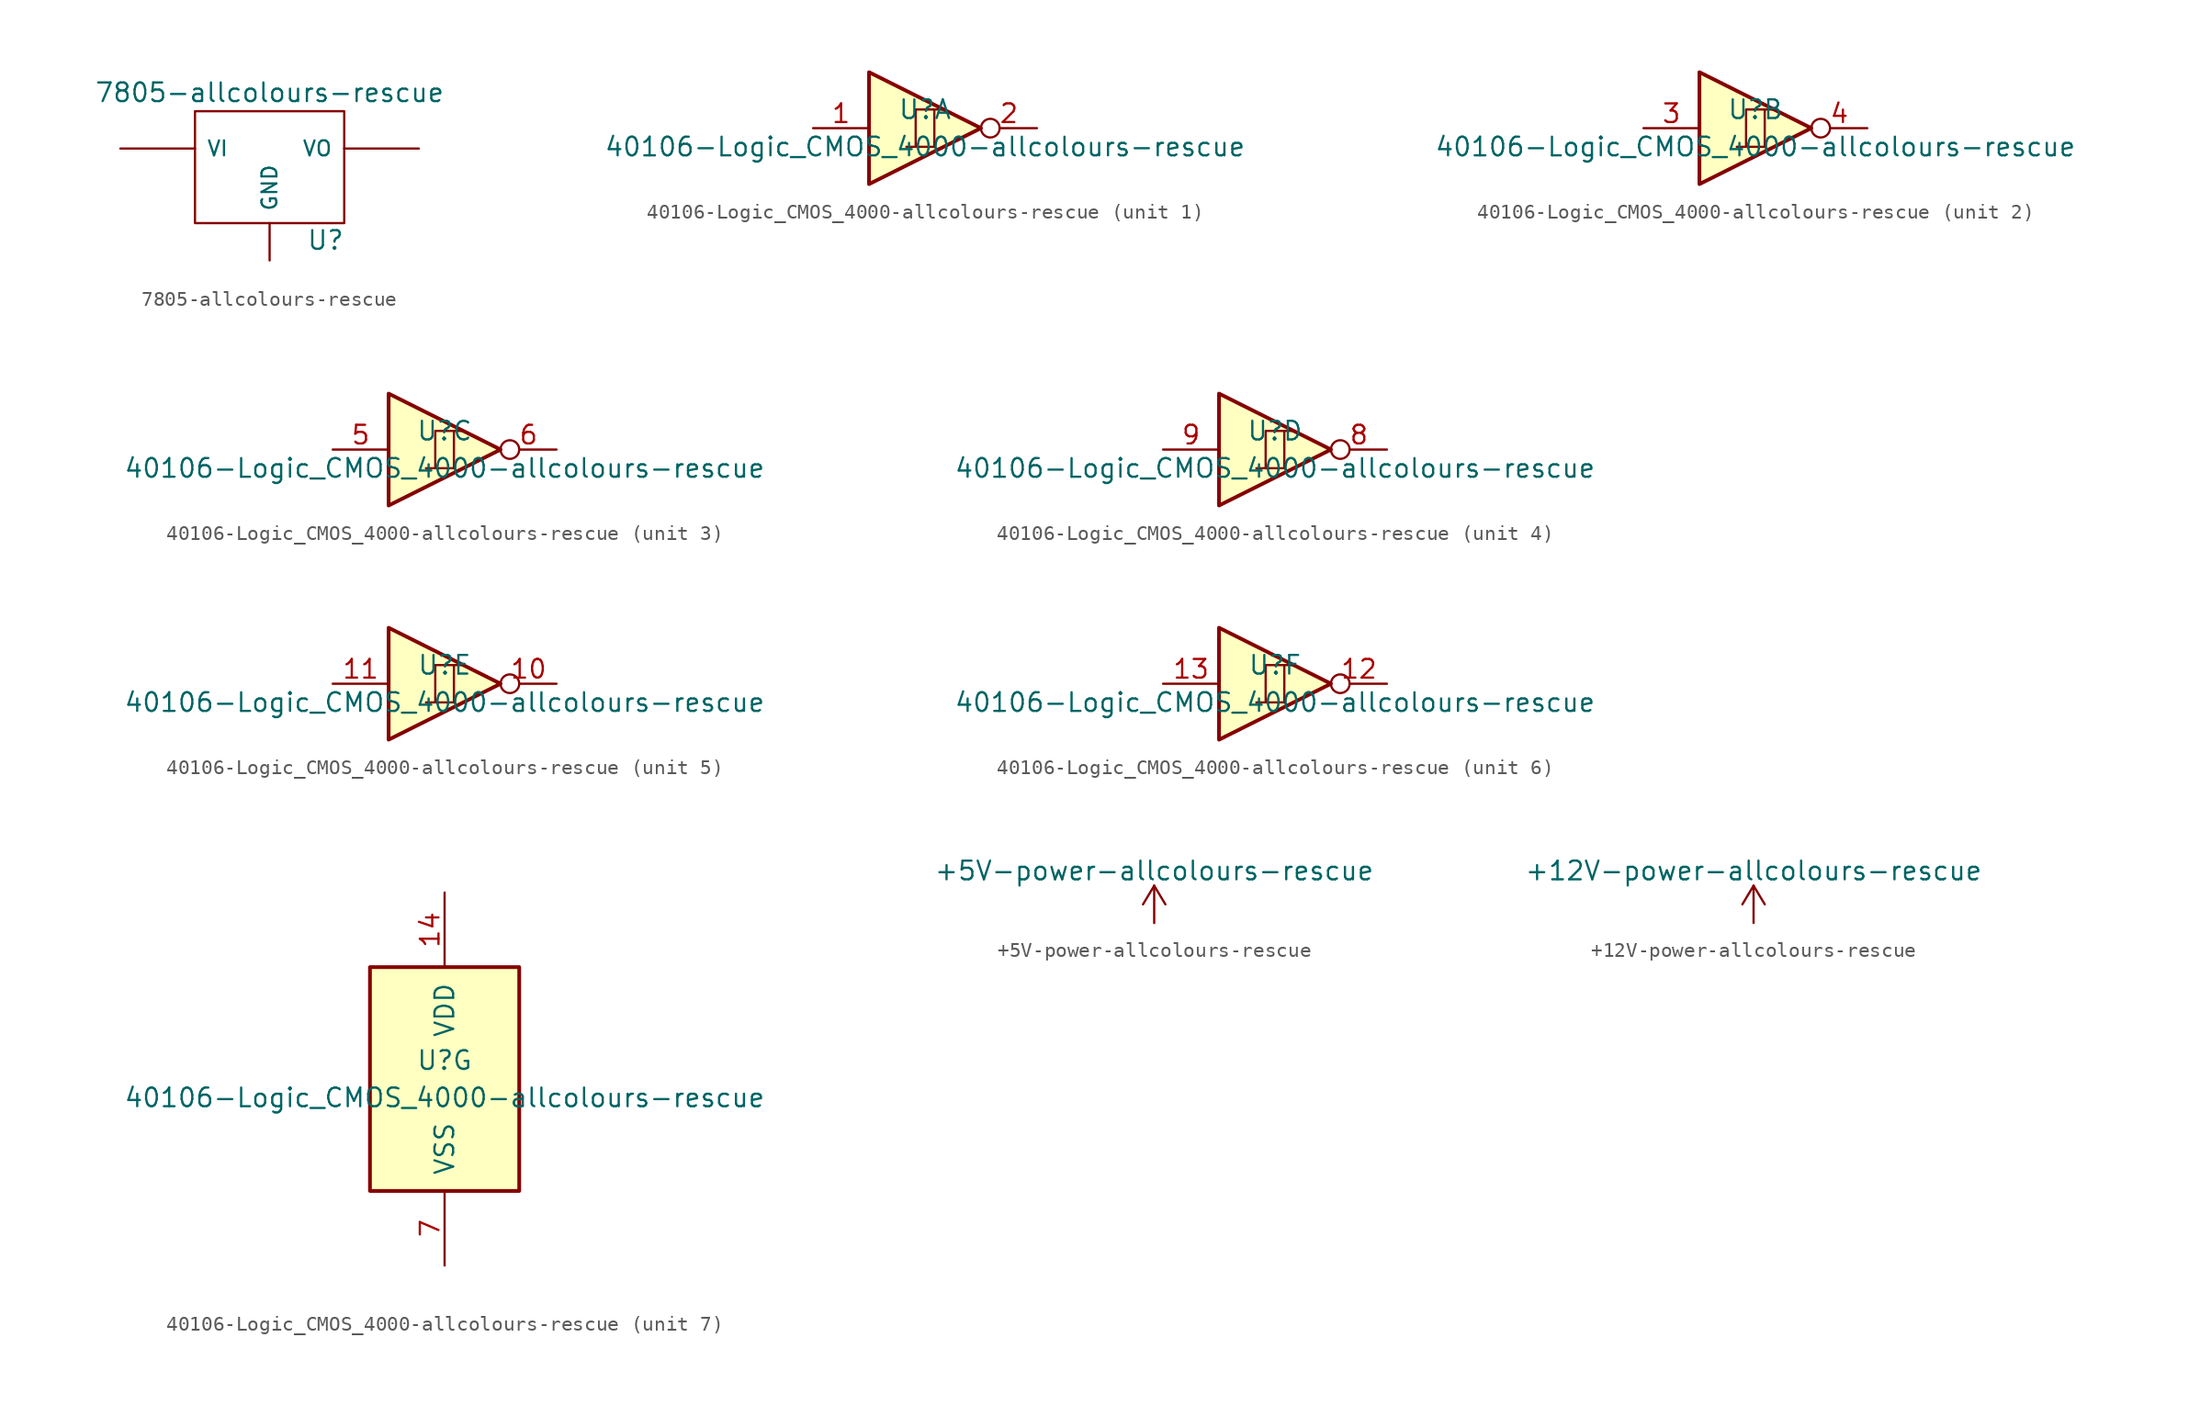
<source format=kicad_sym>
(kicad_symbol_lib
  (version 20211014)
  (generator kicad_symbol_editor)
  (symbol "7805-allcolours-rescue"
    (pin_numbers hide)
    (pin_names
      (offset 0.762))
    (property "Reference" "U"
      (at 3.81 -4.978 0)
      (effects (font (size 1.27 1.27))))
    (property "Value" "7805-allcolours-rescue"
      (at 0 5.08 0)
      (effects (font (size 1.27 1.27))))
    (property "Footprint" ""
      (at 0 0 0)
      (effects (font (size 1.27 1.27))))
    (property "Datasheet" ""
      (at 0 0 0)
      (effects (font (size 1.27 1.27))))
    (symbol "7805-allcolours-rescue_0_1"
      (rectangle (start -5.08 -3.81) (end 5.08 3.81) (stroke (width 0) (type default) (color 0 0 0 0)) (fill (type none))))
    (symbol "7805-allcolours-rescue_1_1"
      (pin input line (at 0 -6.35 90) (length 2.54) (name "GND" (effects (font (size 1.016 1.016)))) (number "GND" (effects (font (size 1.016 1.016)))))
      (pin input line (at -10.16 1.27 0) (length 5.08) (name "VI" (effects (font (size 1.016 1.016)))) (number "VI" (effects (font (size 1.016 1.016)))))
      (pin power_out line (at 10.16 1.27 180) (length 5.08) (name "VO" (effects (font (size 1.016 1.016)))) (number "VO" (effects (font (size 1.016 1.016)))))))
  (symbol "40106-Logic_CMOS_4000-allcolours-rescue"
    (pin_names
      (offset 1.016))
    (property "Reference" "U"
      (at 0 1.27 0)
      (effects (font (size 1.27 1.27))))
    (property "Value" "40106-Logic_CMOS_4000-allcolours-rescue"
      (at 0 -1.27 0)
      (effects (font (size 1.27 1.27))))
    (property "ki_locked" ""
      (at 0 0 0)
      (effects (font (size 1.27 1.27))))
    (symbol "40106-Logic_CMOS_4000-allcolours-rescue_1_0"
      (polyline (pts (xy -0.635 -1.27) (xy -0.635 1.27) (xy 0.635 1.27)) (stroke (width 0) (type default) (color 0 0 0 0)) (fill (type none)))
      (polyline (pts (xy -3.81 3.81) (xy -3.81 -3.81) (xy 3.81 0) (xy -3.81 3.81)) (stroke (width 0.254) (type default) (color 0 0 0 0)) (fill (type background)))
      (polyline (pts (xy -1.27 -1.27) (xy 0.635 -1.27) (xy 0.635 1.27) (xy 1.27 1.27)) (stroke (width 0) (type default) (color 0 0 0 0)) (fill (type none)))
      (pin input line (at -7.62 0 0) (length 3.81) (name "~" (effects (font (size 1.27 1.27)))) (number "1" (effects (font (size 1.27 1.27)))))
      (pin output inverted (at 7.62 0 180) (length 3.81) (name "~" (effects (font (size 1.27 1.27)))) (number "2" (effects (font (size 1.27 1.27))))))
    (symbol "40106-Logic_CMOS_4000-allcolours-rescue_2_0"
      (polyline (pts (xy -0.635 -1.27) (xy -0.635 1.27) (xy 0.635 1.27)) (stroke (width 0) (type default) (color 0 0 0 0)) (fill (type none)))
      (polyline (pts (xy -3.81 3.81) (xy -3.81 -3.81) (xy 3.81 0) (xy -3.81 3.81)) (stroke (width 0.254) (type default) (color 0 0 0 0)) (fill (type background)))
      (polyline (pts (xy -1.27 -1.27) (xy 0.635 -1.27) (xy 0.635 1.27) (xy 1.27 1.27)) (stroke (width 0) (type default) (color 0 0 0 0)) (fill (type none)))
      (pin input line (at -7.62 0 0) (length 3.81) (name "~" (effects (font (size 1.27 1.27)))) (number "3" (effects (font (size 1.27 1.27)))))
      (pin output inverted (at 7.62 0 180) (length 3.81) (name "~" (effects (font (size 1.27 1.27)))) (number "4" (effects (font (size 1.27 1.27))))))
    (symbol "40106-Logic_CMOS_4000-allcolours-rescue_3_0"
      (polyline (pts (xy -0.635 -1.27) (xy -0.635 1.27) (xy 0.635 1.27)) (stroke (width 0) (type default) (color 0 0 0 0)) (fill (type none)))
      (polyline (pts (xy -3.81 3.81) (xy -3.81 -3.81) (xy 3.81 0) (xy -3.81 3.81)) (stroke (width 0.254) (type default) (color 0 0 0 0)) (fill (type background)))
      (polyline (pts (xy -1.27 -1.27) (xy 0.635 -1.27) (xy 0.635 1.27) (xy 1.27 1.27)) (stroke (width 0) (type default) (color 0 0 0 0)) (fill (type none)))
      (pin input line (at -7.62 0 0) (length 3.81) (name "~" (effects (font (size 1.27 1.27)))) (number "5" (effects (font (size 1.27 1.27)))))
      (pin output inverted (at 7.62 0 180) (length 3.81) (name "~" (effects (font (size 1.27 1.27)))) (number "6" (effects (font (size 1.27 1.27))))))
    (symbol "40106-Logic_CMOS_4000-allcolours-rescue_4_0"
      (polyline (pts (xy -0.635 -1.27) (xy -0.635 1.27) (xy 0.635 1.27)) (stroke (width 0) (type default) (color 0 0 0 0)) (fill (type none)))
      (polyline (pts (xy -3.81 3.81) (xy -3.81 -3.81) (xy 3.81 0) (xy -3.81 3.81)) (stroke (width 0.254) (type default) (color 0 0 0 0)) (fill (type background)))
      (polyline (pts (xy -1.27 -1.27) (xy 0.635 -1.27) (xy 0.635 1.27) (xy 1.27 1.27)) (stroke (width 0) (type default) (color 0 0 0 0)) (fill (type none)))
      (pin output inverted (at 7.62 0 180) (length 3.81) (name "~" (effects (font (size 1.27 1.27)))) (number "8" (effects (font (size 1.27 1.27)))))
      (pin input line (at -7.62 0 0) (length 3.81) (name "~" (effects (font (size 1.27 1.27)))) (number "9" (effects (font (size 1.27 1.27))))))
    (symbol "40106-Logic_CMOS_4000-allcolours-rescue_5_0"
      (polyline (pts (xy -0.635 -1.27) (xy -0.635 1.27) (xy 0.635 1.27)) (stroke (width 0) (type default) (color 0 0 0 0)) (fill (type none)))
      (polyline (pts (xy -3.81 3.81) (xy -3.81 -3.81) (xy 3.81 0) (xy -3.81 3.81)) (stroke (width 0.254) (type default) (color 0 0 0 0)) (fill (type background)))
      (polyline (pts (xy -1.27 -1.27) (xy 0.635 -1.27) (xy 0.635 1.27) (xy 1.27 1.27)) (stroke (width 0) (type default) (color 0 0 0 0)) (fill (type none)))
      (pin output inverted (at 7.62 0 180) (length 3.81) (name "~" (effects (font (size 1.27 1.27)))) (number "10" (effects (font (size 1.27 1.27)))))
      (pin input line (at -7.62 0 0) (length 3.81) (name "~" (effects (font (size 1.27 1.27)))) (number "11" (effects (font (size 1.27 1.27))))))
    (symbol "40106-Logic_CMOS_4000-allcolours-rescue_6_0"
      (polyline (pts (xy -0.635 -1.27) (xy -0.635 1.27) (xy 0.635 1.27)) (stroke (width 0) (type default) (color 0 0 0 0)) (fill (type none)))
      (polyline (pts (xy -3.81 3.81) (xy -3.81 -3.81) (xy 3.81 0) (xy -3.81 3.81)) (stroke (width 0.254) (type default) (color 0 0 0 0)) (fill (type background)))
      (polyline (pts (xy -1.27 -1.27) (xy 0.635 -1.27) (xy 0.635 1.27) (xy 1.27 1.27)) (stroke (width 0) (type default) (color 0 0 0 0)) (fill (type none)))
      (pin output inverted (at 7.62 0 180) (length 3.81) (name "~" (effects (font (size 1.27 1.27)))) (number "12" (effects (font (size 1.27 1.27)))))
      (pin input line (at -7.62 0 0) (length 3.81) (name "~" (effects (font (size 1.27 1.27)))) (number "13" (effects (font (size 1.27 1.27))))))
    (symbol "40106-Logic_CMOS_4000-allcolours-rescue_7_0"
      (pin power_in line (at 0 12.7 270) (length 5.08) (name "VDD" (effects (font (size 1.27 1.27)))) (number "14" (effects (font (size 1.27 1.27)))))
      (pin power_in line (at 0 -12.7 90) (length 5.08) (name "VSS" (effects (font (size 1.27 1.27)))) (number "7" (effects (font (size 1.27 1.27))))))
    (symbol "40106-Logic_CMOS_4000-allcolours-rescue_7_1"
      (rectangle (start -5.08 7.62) (end 5.08 -7.62) (stroke (width 0.254) (type default) (color 0 0 0 0)) (fill (type background)))))
  (symbol "+5V-power-allcolours-rescue"
    (power)
    (pin_names
      (offset 0))
    (property "Reference" "#PWR"
      (at 0 -3.81 0)
      (effects (font (size 1.27 1.27)) hide))
    (property "Value" "+5V-power-allcolours-rescue"
      (at 0 3.556 0)
      (effects (font (size 1.27 1.27))))
    (symbol "+5V-power-allcolours-rescue_0_1"
      (polyline (pts (xy -0.762 1.27) (xy 0 2.54)) (stroke (width 0) (type default) (color 0 0 0 0)) (fill (type none)))
      (polyline (pts (xy 0 0) (xy 0 2.54)) (stroke (width 0) (type default) (color 0 0 0 0)) (fill (type none)))
      (polyline (pts (xy 0 2.54) (xy 0.762 1.27)) (stroke (width 0) (type default) (color 0 0 0 0)) (fill (type none))))
    (symbol "+5V-power-allcolours-rescue_1_1"
      (pin power_in line (at 0 0 90) (length 0) hide (name "+5V" (effects (font (size 1.27 1.27)))) (number "1" (effects (font (size 1.27 1.27)))))))
  (symbol "+12V-power-allcolours-rescue"
    (power)
    (pin_names
      (offset 0))
    (property "Reference" "#PWR"
      (at 0 -3.81 0)
      (effects (font (size 1.27 1.27)) hide))
    (property "Value" "+12V-power-allcolours-rescue"
      (at 0 3.556 0)
      (effects (font (size 1.27 1.27))))
    (symbol "+12V-power-allcolours-rescue_0_1"
      (polyline (pts (xy -0.762 1.27) (xy 0 2.54)) (stroke (width 0) (type default) (color 0 0 0 0)) (fill (type none)))
      (polyline (pts (xy 0 0) (xy 0 2.54)) (stroke (width 0) (type default) (color 0 0 0 0)) (fill (type none)))
      (polyline (pts (xy 0 2.54) (xy 0.762 1.27)) (stroke (width 0) (type default) (color 0 0 0 0)) (fill (type none))))
    (symbol "+12V-power-allcolours-rescue_1_1"
      (pin power_in line (at 0 0 90) (length 0) hide (name "+12V" (effects (font (size 1.27 1.27)))) (number "1" (effects (font (size 1.27 1.27))))))))
</source>
